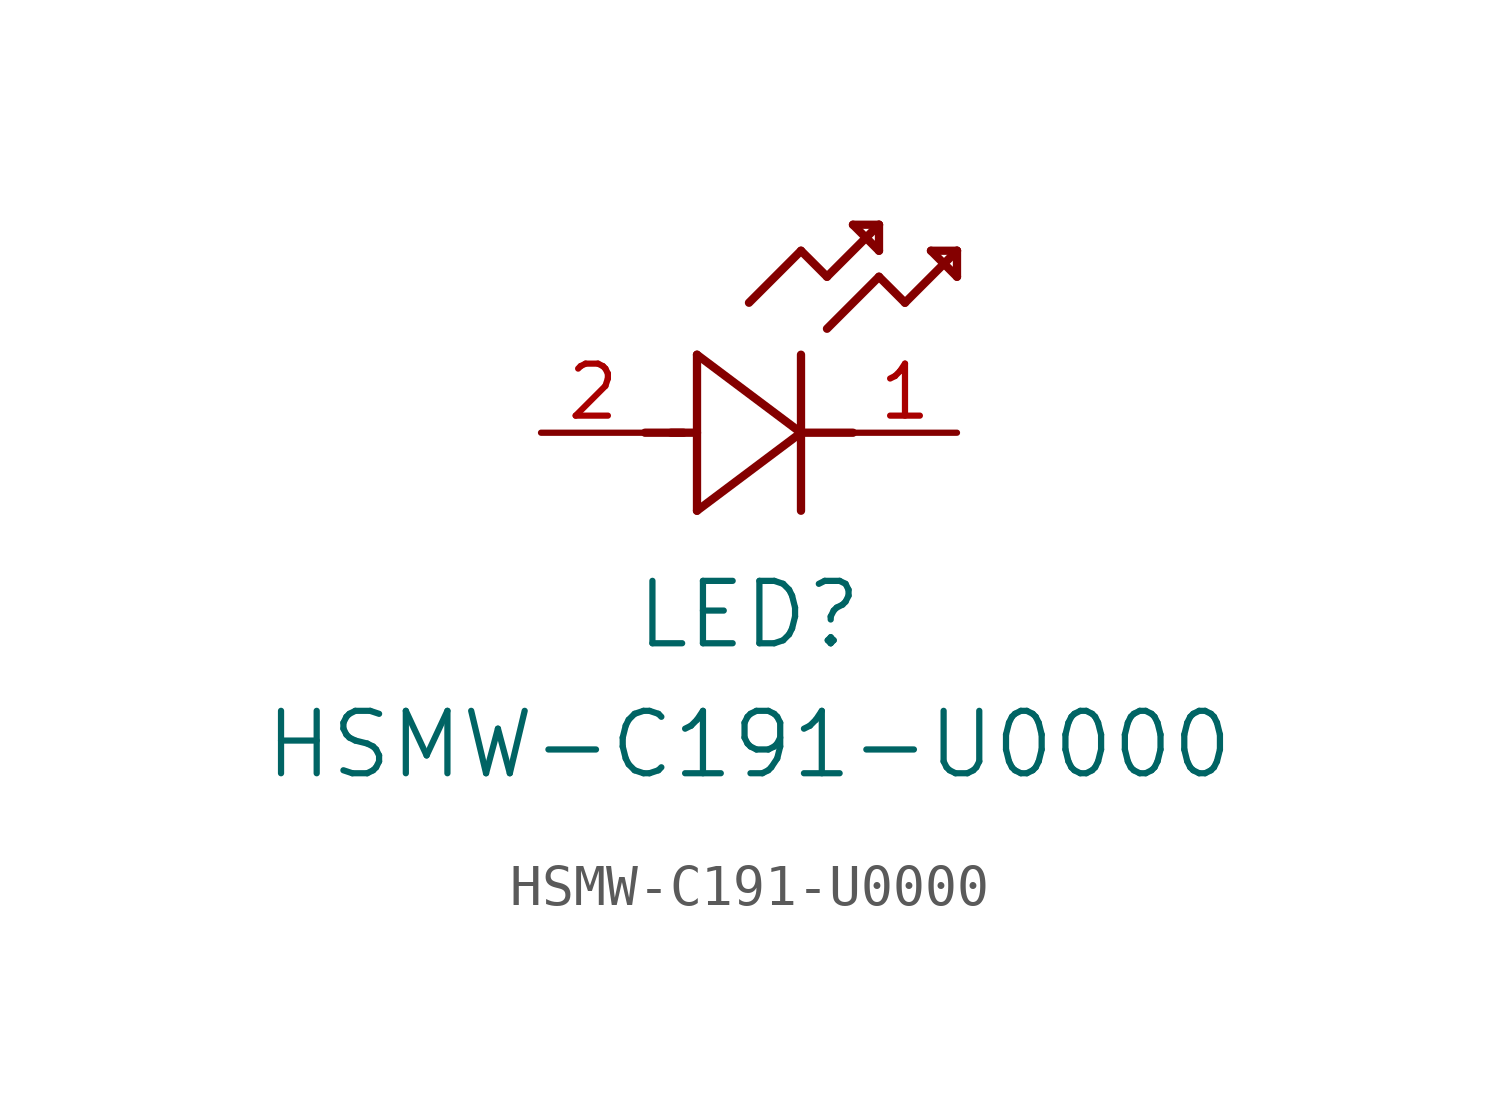
<source format=kicad_sym>
(kicad_symbol_lib
  (version 20211014)
  (generator kicad_symbol_editor)
  (symbol "HSMW-C191-U0000"
    (pin_names
      (offset 0.254))
    (property "Reference" "LED"
      (at 5.08 -4.445 0)
      (effects (font (size 1.524 1.524))))
    (property "Value" "HSMW-C191-U0000"
      (at 5.08 -7.62 0)
      (effects (font (size 1.524 1.524))))
    (symbol "HSMW-C191-U0000_0_1"
      (polyline (pts (xy 2.54 0) (xy 3.48 0)) (stroke (width 0.203) (type default) (color 0 0 0 0)) (fill (type none)))
      (polyline (pts (xy 3.81 1.905) (xy 3.81 -1.905)) (stroke (width 0.203) (type default) (color 0 0 0 0)) (fill (type none)))
      (polyline (pts (xy 3.175 0) (xy 3.81 0)) (stroke (width 0.203) (type default) (color 0 0 0 0)) (fill (type none)))
      (polyline (pts (xy 6.35 -1.905) (xy 6.35 1.905)) (stroke (width 0.203) (type default) (color 0 0 0 0)) (fill (type none)))
      (polyline (pts (xy 6.35 0) (xy 7.62 0)) (stroke (width 0.203) (type default) (color 0 0 0 0)) (fill (type none)))
      (polyline (pts (xy 6.35 4.445) (xy 6.985 3.81)) (stroke (width 0.203) (type default) (color 0 0 0 0)) (fill (type none)))
      (polyline (pts (xy 6.985 3.81) (xy 8.255 5.08)) (stroke (width 0.203) (type default) (color 0 0 0 0)) (fill (type none)))
      (polyline (pts (xy 8.255 3.81) (xy 8.89 3.175)) (stroke (width 0.203) (type default) (color 0 0 0 0)) (fill (type none)))
      (polyline (pts (xy 8.89 3.175) (xy 10.16 4.445)) (stroke (width 0.203) (type default) (color 0 0 0 0)) (fill (type none)))
      (polyline (pts (xy 8.255 5.08) (xy 7.62 5.08)) (stroke (width 0.203) (type default) (color 0 0 0 0)) (fill (type none)))
      (polyline (pts (xy 7.62 5.08) (xy 8.255 4.445)) (stroke (width 0.203) (type default) (color 0 0 0 0)) (fill (type none)))
      (polyline (pts (xy 8.255 4.445) (xy 8.255 5.08)) (stroke (width 0.203) (type default) (color 0 0 0 0)) (fill (type none)))
      (polyline (pts (xy 10.16 4.445) (xy 9.525 4.445)) (stroke (width 0.203) (type default) (color 0 0 0 0)) (fill (type none)))
      (polyline (pts (xy 9.525 4.445) (xy 10.16 3.81)) (stroke (width 0.203) (type default) (color 0 0 0 0)) (fill (type none)))
      (polyline (pts (xy 10.16 3.81) (xy 10.16 4.445)) (stroke (width 0.203) (type default) (color 0 0 0 0)) (fill (type none)))
      (polyline (pts (xy 6.985 2.54) (xy 8.255 3.81)) (stroke (width 0.203) (type default) (color 0 0 0 0)) (fill (type none)))
      (polyline (pts (xy 6.35 0) (xy 3.81 1.905)) (stroke (width 0.203) (type default) (color 0 0 0 0)) (fill (type none)))
      (polyline (pts (xy 3.81 -1.905) (xy 6.35 0)) (stroke (width 0.203) (type default) (color 0 0 0 0)) (fill (type none)))
      (polyline (pts (xy 5.08 3.175) (xy 6.35 4.445)) (stroke (width 0.203) (type default) (color 0 0 0 0)) (fill (type none)))
      (pin unspecified line (at 10.16 0 180) (length 2.54) (name "" (effects (font (size 1.27 1.27)))) (number "1" (effects (font (size 1.27 1.27)))))
      (pin unspecified line (at 0 0 0) (length 2.54) (name "" (effects (font (size 1.27 1.27)))) (number "2" (effects (font (size 1.27 1.27))))))))
</source>
